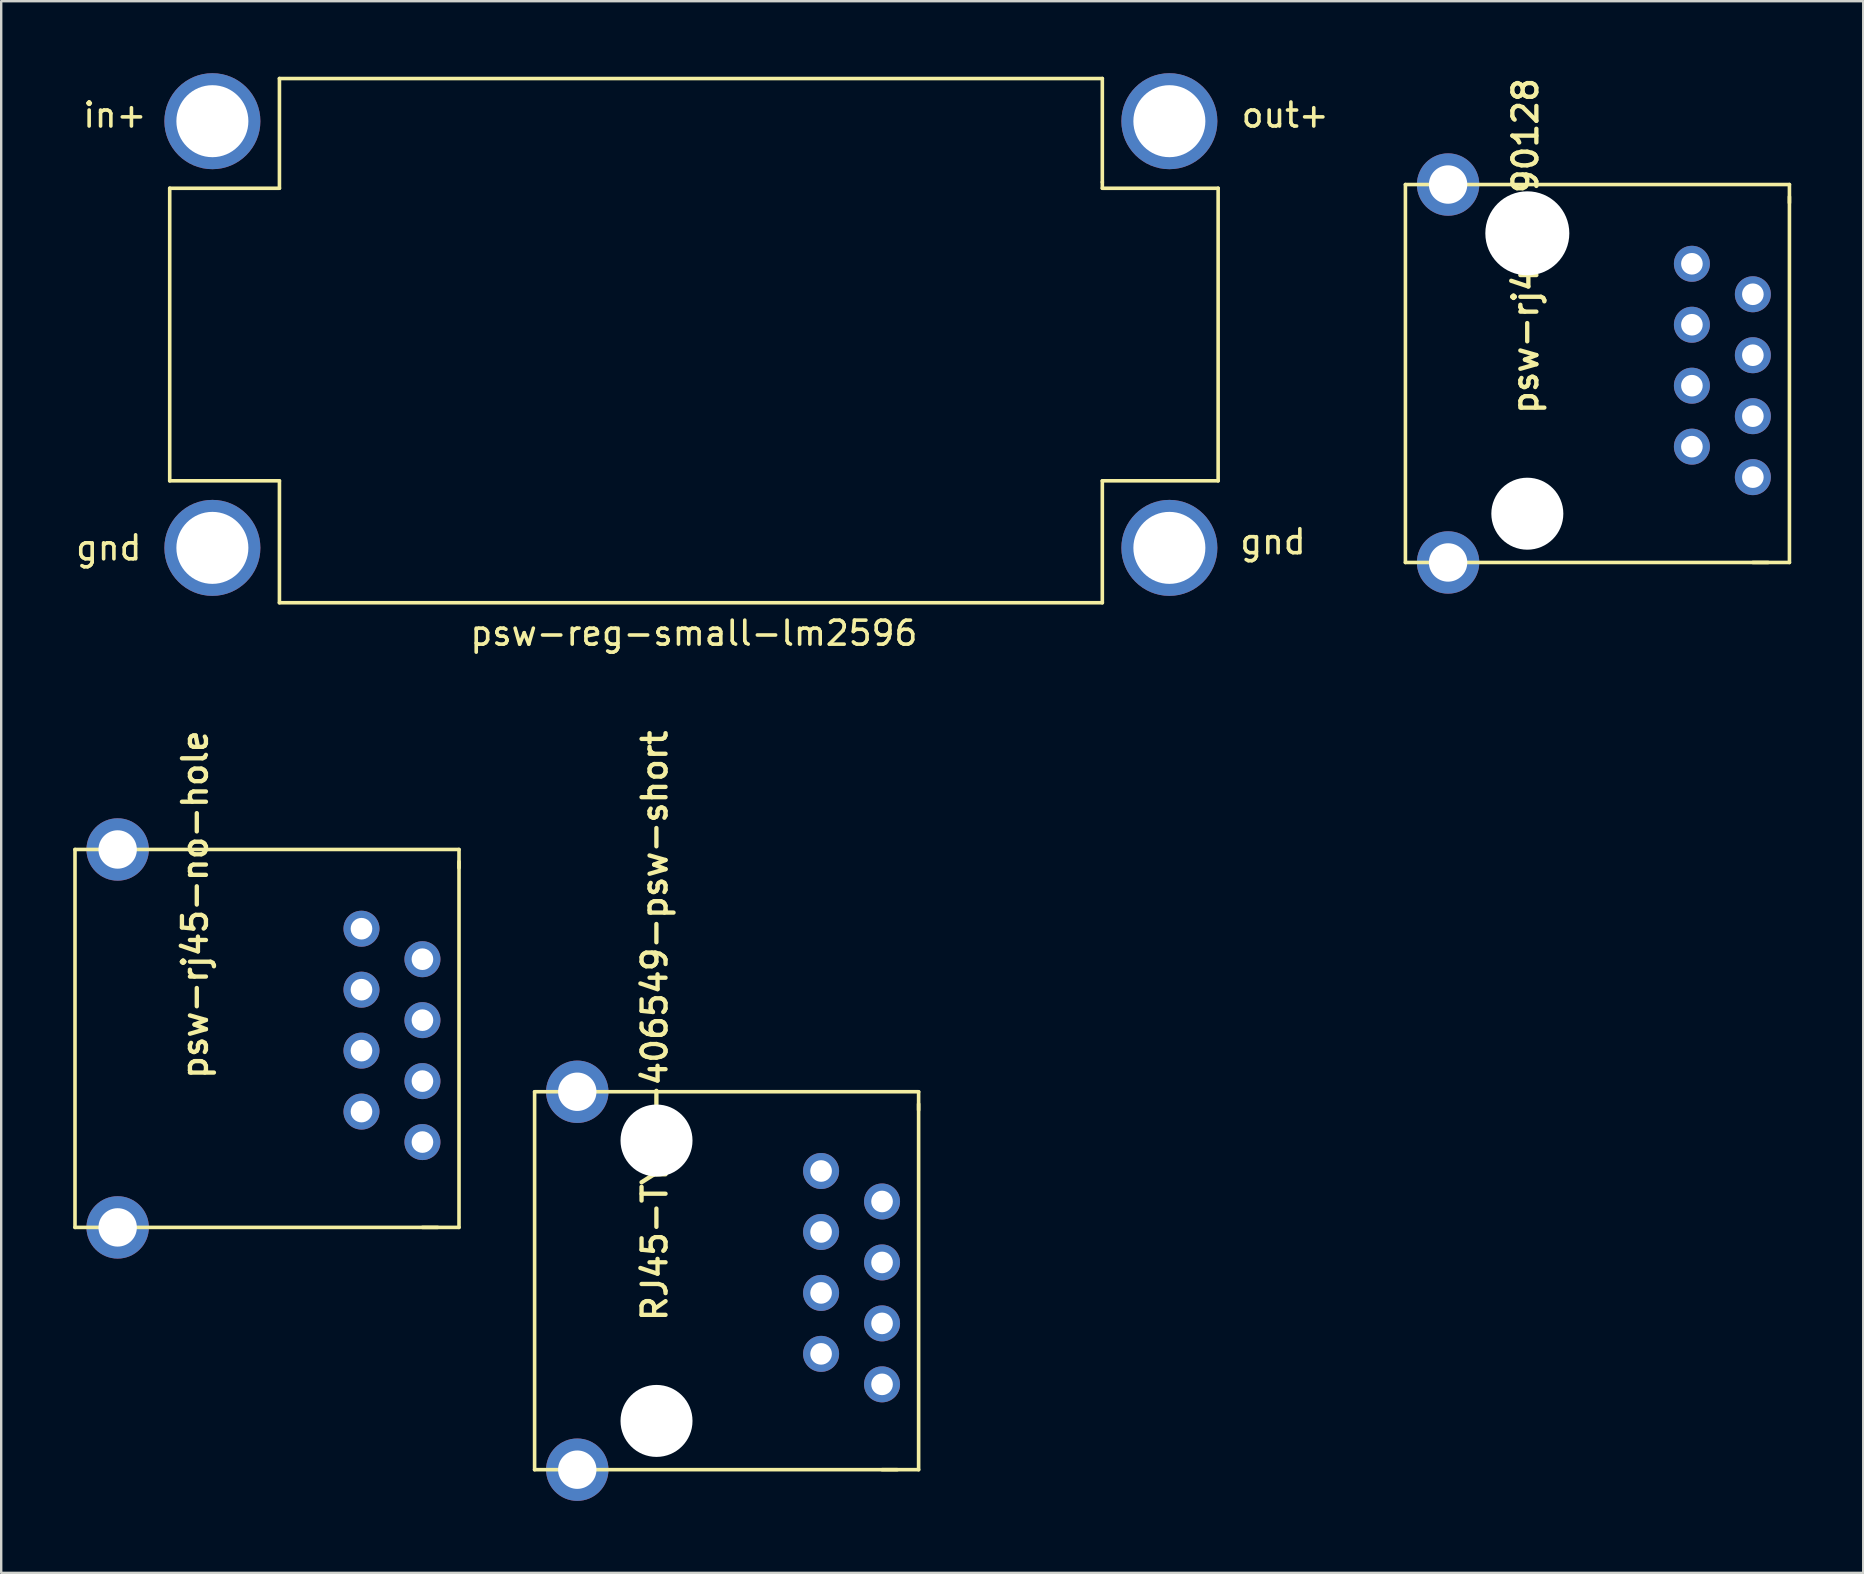
<source format=kicad_pcb>
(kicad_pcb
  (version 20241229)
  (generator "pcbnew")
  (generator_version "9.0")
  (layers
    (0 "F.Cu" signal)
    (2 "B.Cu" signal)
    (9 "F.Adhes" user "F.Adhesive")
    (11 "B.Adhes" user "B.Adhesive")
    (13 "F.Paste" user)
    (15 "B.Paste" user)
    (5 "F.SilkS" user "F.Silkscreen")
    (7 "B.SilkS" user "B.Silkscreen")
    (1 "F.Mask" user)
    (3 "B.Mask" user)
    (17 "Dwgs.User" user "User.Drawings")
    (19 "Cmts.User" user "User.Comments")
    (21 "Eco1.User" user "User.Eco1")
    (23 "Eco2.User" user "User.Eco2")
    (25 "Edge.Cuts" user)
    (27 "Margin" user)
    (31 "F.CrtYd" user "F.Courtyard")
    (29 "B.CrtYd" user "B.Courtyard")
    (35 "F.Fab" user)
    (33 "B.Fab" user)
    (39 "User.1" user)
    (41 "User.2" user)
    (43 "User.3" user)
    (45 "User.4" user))
  (footprint "psw-rj45-190128"
    (layer "F.Cu")
    (at 65.674 13.022)
    (property "Reference" "psw-rj45-190128" (at -4.572 1.27 90) (layer "F.SilkS") (effects (font (size 1 1) (thickness 0.18)) (justify left bottom)))
    (attr through_hole)
    (fp_line (start -10.16 -8.382) (end -10.16 7.366) (stroke (width 0.15) (type solid)) (layer "F.SilkS"))
    (fp_line (start -10.16 7.366) (end 4.953 7.366) (stroke (width 0.15) (type solid)) (layer "F.SilkS"))
    (fp_line (start 4.318 7.366) (end 5.842 7.366) (stroke (width 0.15) (type solid)) (layer "F.SilkS"))
    (fp_line (start 5.842 -8.382) (end -10.16 -8.382) (stroke (width 0.15) (type solid)) (layer "F.SilkS"))
    (fp_line (start 5.842 -8.382) (end 5.842 -7.62) (stroke (width 0.15) (type solid)) (layer "F.SilkS"))
    (fp_line (start 5.842 7.366) (end 5.842 -7.874) (stroke (width 0.15) (type solid)) (layer "F.SilkS"))
    (pad "" np_thru_hole circle (at -5.08 -6.35) (size 3.5 3.5) (drill 3.5) (layers "*.Cu"))
    (pad "" np_thru_hole circle (at -5.08 5.334) (size 3 3) (drill 3) (layers "*.Cu"))
    (pad "1" thru_hole circle (at 1.778 -5.08) (size 1.5 1.5) (drill 0.9) (layers "*.Cu" "*.Mask"))
    (pad "2" thru_hole circle (at 4.318 -3.81) (size 1.5 1.5) (drill 0.9) (layers "*.Cu" "*.Mask"))
    (pad "3" thru_hole circle (at 1.778 -2.54) (size 1.5 1.5) (drill 0.9) (layers "*.Cu" "*.Mask"))
    (pad "4" thru_hole circle (at 4.318 -1.27) (size 1.5 1.5) (drill 0.9) (layers "*.Cu" "*.Mask"))
    (pad "5" thru_hole circle (at 1.778 0) (size 1.5 1.5) (drill 0.9) (layers "*.Cu" "*.Mask"))
    (pad "6" thru_hole circle (at 4.318 1.27) (size 1.5 1.5) (drill 0.9) (layers "*.Cu" "*.Mask"))
    (pad "7" thru_hole circle (at 1.778 2.54) (size 1.5 1.5) (drill 0.9) (layers "*.Cu" "*.Mask"))
    (pad "8" thru_hole circle (at 4.318 3.81) (size 1.5 1.5) (drill 0.9) (layers "*.Cu" "*.Mask"))
    (pad "9" thru_hole circle (at -8.382 -8.382) (size 2.6 2.6) (drill 1.6) (layers "*.Cu" "*.Mask"))
    (pad "9" thru_hole circle (at -8.382 7.366) (size 2.6 2.6) (drill 1.6) (layers "*.Cu" "*.Mask")))
  (footprint "RJ45-TYCO-406549-psw-short"
    (layer "F.Cu")
    (at 29.387 50.826)
    (property "Reference" "RJ45-TYCO-406549-psw-short" (at -4.572 1.27 90) (layer "F.SilkS") (effects (font (size 1 1) (thickness 0.18)) (justify left bottom)))
    (attr through_hole)
    (fp_line (start -10.16 -8.382) (end -10.16 7.366) (stroke (width 0.15) (type solid)) (layer "F.SilkS"))
    (fp_line (start -10.16 7.366) (end 4.953 7.366) (stroke (width 0.15) (type solid)) (layer "F.SilkS"))
    (fp_line (start 4.318 7.366) (end 5.842 7.366) (stroke (width 0.15) (type solid)) (layer "F.SilkS"))
    (fp_line (start 5.842 -8.382) (end -10.16 -8.382) (stroke (width 0.15) (type solid)) (layer "F.SilkS"))
    (fp_line (start 5.842 -8.382) (end 5.842 -7.62) (stroke (width 0.15) (type solid)) (layer "F.SilkS"))
    (fp_line (start 5.842 7.366) (end 5.842 -7.874) (stroke (width 0.15) (type solid)) (layer "F.SilkS"))
    (pad "" np_thru_hole circle (at -5.08 -6.35) (size 3 3) (drill 3) (layers "*.Cu"))
    (pad "" np_thru_hole circle (at -5.08 5.334) (size 3 3) (drill 3) (layers "*.Cu"))
    (pad "1" thru_hole circle (at 1.778 -5.08) (size 1.5 1.5) (drill 0.9) (layers "*.Cu" "*.Mask"))
    (pad "2" thru_hole circle (at 4.318 -3.81) (size 1.5 1.5) (drill 0.9) (layers "*.Cu" "*.Mask"))
    (pad "3" thru_hole circle (at 1.778 -2.54) (size 1.5 1.5) (drill 0.9) (layers "*.Cu" "*.Mask"))
    (pad "4" thru_hole circle (at 4.318 -1.27) (size 1.5 1.5) (drill 0.9) (layers "*.Cu" "*.Mask"))
    (pad "5" thru_hole circle (at 1.778 0) (size 1.5 1.5) (drill 0.9) (layers "*.Cu" "*.Mask"))
    (pad "6" thru_hole circle (at 4.318 1.27) (size 1.5 1.5) (drill 0.9) (layers "*.Cu" "*.Mask"))
    (pad "7" thru_hole circle (at 1.778 2.54) (size 1.5 1.5) (drill 0.9) (layers "*.Cu" "*.Mask"))
    (pad "8" thru_hole circle (at 4.318 3.81) (size 1.5 1.5) (drill 0.9) (layers "*.Cu" "*.Mask"))
    (pad "SH" thru_hole circle (at -8.382 -8.382) (size 2.6 2.6) (drill 1.6) (layers "*.Cu" "*.Mask"))
    (pad "SH" thru_hole circle (at -8.382 7.366) (size 2.6 2.6) (drill 1.6) (layers "*.Cu" "*.Mask")))
  (footprint "psw-reg-small-lm2596"
    (layer "F.Cu")
    (at 25.866 11.144)
    (property "Reference" "psw-reg-small-lm2596" (at 0 12.192 0) (layer "F.SilkS") (effects (font (size 1 1) (thickness 0.15))))
    (attr through_hole)
    (fp_line (start -21.844 -6.35) (end -17.272 -6.35) (stroke (width 0.15) (type solid)) (layer "F.SilkS"))
    (fp_line (start -21.844 5.842) (end -21.844 -6.35) (stroke (width 0.15) (type solid)) (layer "F.SilkS"))
    (fp_line (start -17.272 -10.922) (end 17.018 -10.922) (stroke (width 0.15) (type solid)) (layer "F.SilkS"))
    (fp_line (start -17.272 -6.35) (end -17.272 -10.922) (stroke (width 0.15) (type solid)) (layer "F.SilkS"))
    (fp_line (start -17.272 5.842) (end -21.844 5.842) (stroke (width 0.15) (type solid)) (layer "F.SilkS"))
    (fp_line (start -17.272 10.922) (end -17.272 5.842) (stroke (width 0.15) (type solid)) (layer "F.SilkS"))
    (fp_line (start 17.018 -10.922) (end 17.018 -6.604) (stroke (width 0.15) (type solid)) (layer "F.SilkS"))
    (fp_line (start 17.018 -6.604) (end 17.018 -6.35) (stroke (width 0.15) (type solid)) (layer "F.SilkS"))
    (fp_line (start 17.018 -6.35) (end 21.844 -6.35) (stroke (width 0.15) (type solid)) (layer "F.SilkS"))
    (fp_line (start 17.018 5.842) (end 17.018 10.922) (stroke (width 0.15) (type solid)) (layer "F.SilkS"))
    (fp_line (start 17.018 10.922) (end -17.272 10.922) (stroke (width 0.15) (type solid)) (layer "F.SilkS"))
    (fp_line (start 21.844 5.842) (end 17.018 5.842) (stroke (width 0.15) (type solid)) (layer "F.SilkS"))
    (fp_line (start 21.844 5.842) (end 21.844 -6.35) (stroke (width 0.15) (type solid)) (layer "F.SilkS"))
    (fp_text user "out+" (at 24.638 -9.398 0) (layer "F.SilkS") (effects (font (size 1 1) (thickness 0.15))))
    (fp_text user "in+" (at -24.13 -9.398 0) (layer "F.SilkS") (effects (font (size 1 1) (thickness 0.15))))
    (fp_text user "gnd" (at -24.384 8.636 0) (layer "F.SilkS") (effects (font (size 1 1) (thickness 0.15))))
    (fp_text user "gnd" (at 24.13 8.382 0) (layer "F.SilkS") (effects (font (size 1 1) (thickness 0.15))))
    (pad "1" thru_hole circle (at -20.066 -9.144) (size 4 4) (drill 3) (layers "*.Cu" "*.Mask"))
    (pad "2" thru_hole circle (at -20.066 8.636) (size 4 4) (drill 3) (layers "*.Cu" "*.Mask"))
    (pad "3" thru_hole circle (at 19.812 -9.144) (size 4 4) (drill 3) (layers "*.Cu" "*.Mask"))
    (pad "4" thru_hole circle (at 19.812 8.636) (size 4 4) (drill 3) (layers "*.Cu" "*.Mask")))
  (footprint "psw-rj45-no-hole"
    (layer "F.Cu")
    (at 10.235 40.73)
    (property "Reference" "psw-rj45-no-hole" (at -4.572 1.27 90) (layer "F.SilkS") (effects (font (size 1 1) (thickness 0.18)) (justify left bottom)))
    (attr through_hole)
    (fp_line (start -10.16 -8.382) (end -10.16 7.366) (stroke (width 0.15) (type solid)) (layer "F.SilkS"))
    (fp_line (start -10.16 7.366) (end 4.953 7.366) (stroke (width 0.15) (type solid)) (layer "F.SilkS"))
    (fp_line (start 4.318 7.366) (end 5.842 7.366) (stroke (width 0.15) (type solid)) (layer "F.SilkS"))
    (fp_line (start 5.842 -8.382) (end -10.16 -8.382) (stroke (width 0.15) (type solid)) (layer "F.SilkS"))
    (fp_line (start 5.842 -8.382) (end 5.842 -7.62) (stroke (width 0.15) (type solid)) (layer "F.SilkS"))
    (fp_line (start 5.842 7.366) (end 5.842 -7.874) (stroke (width 0.15) (type solid)) (layer "F.SilkS"))
    (pad "1" thru_hole circle (at 1.778 -5.08) (size 1.5 1.5) (drill 0.9) (layers "*.Cu" "*.Mask"))
    (pad "2" thru_hole circle (at 4.318 -3.81) (size 1.5 1.5) (drill 0.9) (layers "*.Cu" "*.Mask"))
    (pad "3" thru_hole circle (at 1.778 -2.54) (size 1.5 1.5) (drill 0.9) (layers "*.Cu" "*.Mask"))
    (pad "4" thru_hole circle (at 4.318 -1.27) (size 1.5 1.5) (drill 0.9) (layers "*.Cu" "*.Mask"))
    (pad "5" thru_hole circle (at 1.778 0) (size 1.5 1.5) (drill 0.9) (layers "*.Cu" "*.Mask"))
    (pad "6" thru_hole circle (at 4.318 1.27) (size 1.5 1.5) (drill 0.9) (layers "*.Cu" "*.Mask"))
    (pad "7" thru_hole circle (at 1.778 2.54) (size 1.5 1.5) (drill 0.9) (layers "*.Cu" "*.Mask"))
    (pad "8" thru_hole circle (at 4.318 3.81) (size 1.5 1.5) (drill 0.9) (layers "*.Cu" "*.Mask"))
    (pad "9" thru_hole circle (at -8.382 -8.382) (size 2.6 2.6) (drill 1.6) (layers "*.Cu" "*.Mask"))
    (pad "9" thru_hole circle (at -8.382 7.366) (size 2.6 2.6) (drill 1.6) (layers "*.Cu" "*.Mask")))
  (gr_rect
    (start -3 -3)
    (end 74.591 62.492)
    (stroke (width 0.1) (type default))
    (fill no)
    (layer "Edge.Cuts")))
</source>
